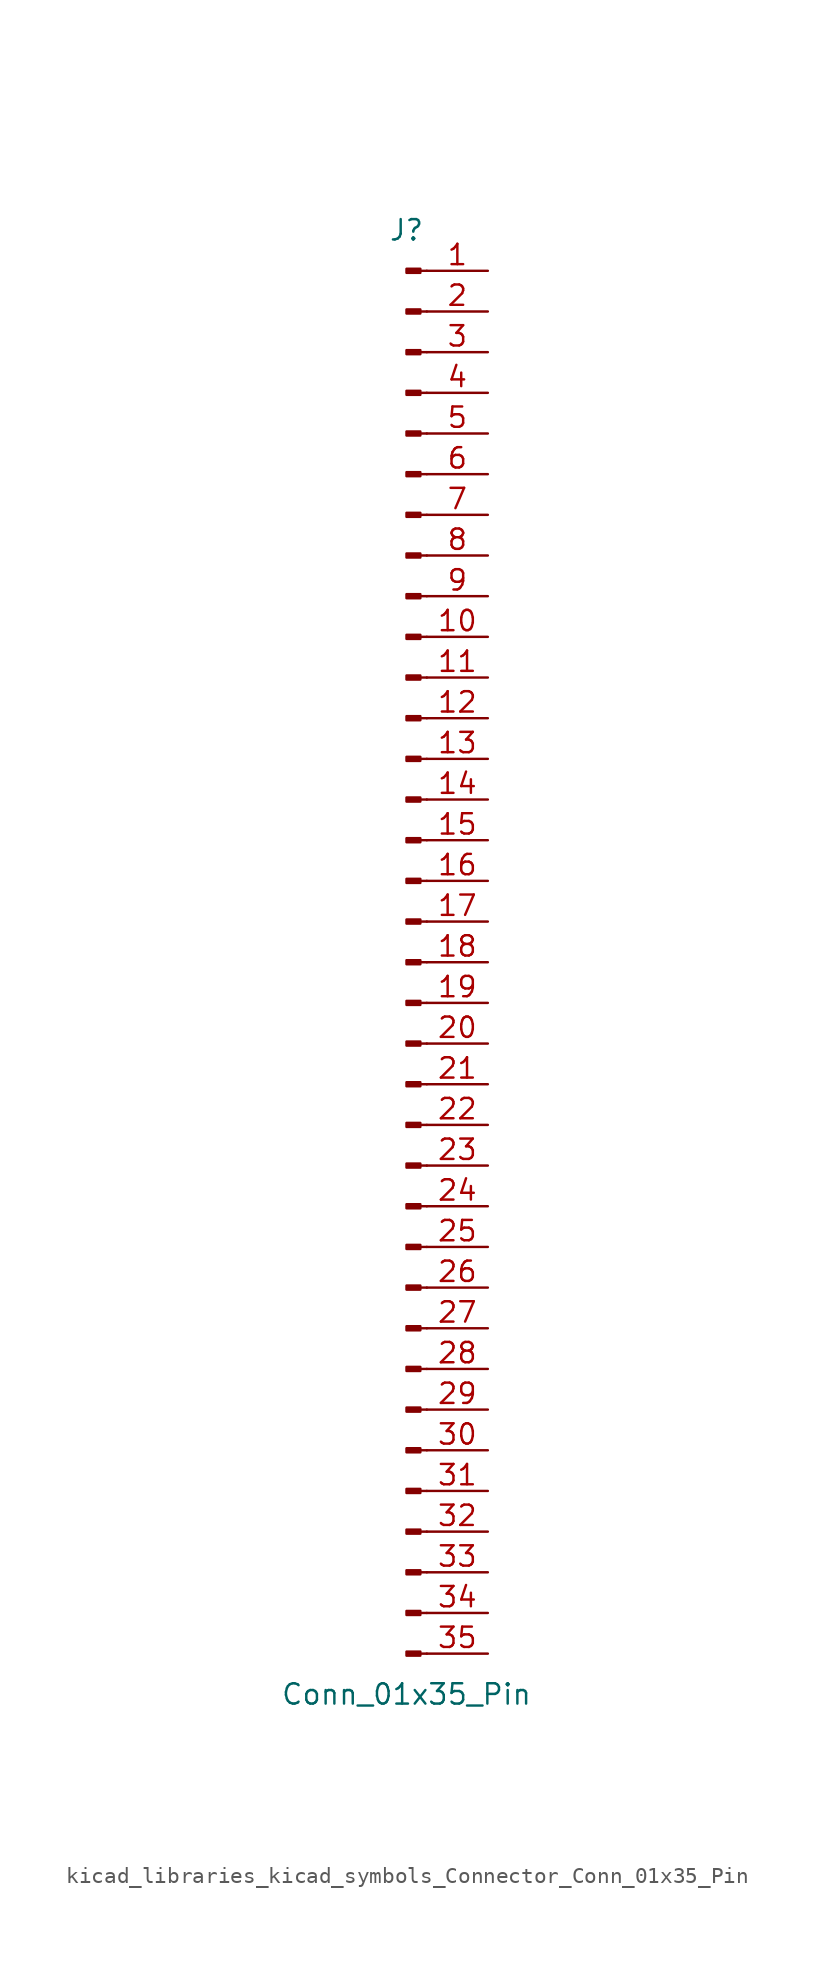
<source format=kicad_sym>
(kicad_symbol_lib
  (version 20220914)
  (generator kicad_symbol_editor)
  (symbol "kicad_libraries_kicad_symbols_Connector_Conn_01x35_Pin"
    (pin_names
      (offset 1.016) hide)
    (property "Reference" "J"
      (at 0 45.72 0)
      (effects (font (size 1.27 1.27))))
    (property "Value" "Conn_01x35_Pin"
      (at 0 -45.72 0)
      (effects (font (size 1.27 1.27))))
    (property "ki_locked" ""
      (at 0 0 0)
      (effects (font (size 1.27 1.27))))
    (symbol "kicad_libraries_kicad_symbols_Connector_Conn_01x35_Pin_1_1"
      (polyline (pts (xy 1.27 -43.18) (xy 0.864 -43.18)) (stroke (width 0.152) (type default)) (fill (type none)))
      (polyline (pts (xy 1.27 -40.64) (xy 0.864 -40.64)) (stroke (width 0.152) (type default)) (fill (type none)))
      (polyline (pts (xy 1.27 -38.1) (xy 0.864 -38.1)) (stroke (width 0.152) (type default)) (fill (type none)))
      (polyline (pts (xy 1.27 -35.56) (xy 0.864 -35.56)) (stroke (width 0.152) (type default)) (fill (type none)))
      (polyline (pts (xy 1.27 -33.02) (xy 0.864 -33.02)) (stroke (width 0.152) (type default)) (fill (type none)))
      (polyline (pts (xy 1.27 -30.48) (xy 0.864 -30.48)) (stroke (width 0.152) (type default)) (fill (type none)))
      (polyline (pts (xy 1.27 -27.94) (xy 0.864 -27.94)) (stroke (width 0.152) (type default)) (fill (type none)))
      (polyline (pts (xy 1.27 -25.4) (xy 0.864 -25.4)) (stroke (width 0.152) (type default)) (fill (type none)))
      (polyline (pts (xy 1.27 -22.86) (xy 0.864 -22.86)) (stroke (width 0.152) (type default)) (fill (type none)))
      (polyline (pts (xy 1.27 -20.32) (xy 0.864 -20.32)) (stroke (width 0.152) (type default)) (fill (type none)))
      (polyline (pts (xy 1.27 -17.78) (xy 0.864 -17.78)) (stroke (width 0.152) (type default)) (fill (type none)))
      (polyline (pts (xy 1.27 -15.24) (xy 0.864 -15.24)) (stroke (width 0.152) (type default)) (fill (type none)))
      (polyline (pts (xy 1.27 -12.7) (xy 0.864 -12.7)) (stroke (width 0.152) (type default)) (fill (type none)))
      (polyline (pts (xy 1.27 -10.16) (xy 0.864 -10.16)) (stroke (width 0.152) (type default)) (fill (type none)))
      (polyline (pts (xy 1.27 -7.62) (xy 0.864 -7.62)) (stroke (width 0.152) (type default)) (fill (type none)))
      (polyline (pts (xy 1.27 -5.08) (xy 0.864 -5.08)) (stroke (width 0.152) (type default)) (fill (type none)))
      (polyline (pts (xy 1.27 -2.54) (xy 0.864 -2.54)) (stroke (width 0.152) (type default)) (fill (type none)))
      (polyline (pts (xy 1.27 0) (xy 0.864 0)) (stroke (width 0.152) (type default)) (fill (type none)))
      (polyline (pts (xy 1.27 2.54) (xy 0.864 2.54)) (stroke (width 0.152) (type default)) (fill (type none)))
      (polyline (pts (xy 1.27 5.08) (xy 0.864 5.08)) (stroke (width 0.152) (type default)) (fill (type none)))
      (polyline (pts (xy 1.27 7.62) (xy 0.864 7.62)) (stroke (width 0.152) (type default)) (fill (type none)))
      (polyline (pts (xy 1.27 10.16) (xy 0.864 10.16)) (stroke (width 0.152) (type default)) (fill (type none)))
      (polyline (pts (xy 1.27 12.7) (xy 0.864 12.7)) (stroke (width 0.152) (type default)) (fill (type none)))
      (polyline (pts (xy 1.27 15.24) (xy 0.864 15.24)) (stroke (width 0.152) (type default)) (fill (type none)))
      (polyline (pts (xy 1.27 17.78) (xy 0.864 17.78)) (stroke (width 0.152) (type default)) (fill (type none)))
      (polyline (pts (xy 1.27 20.32) (xy 0.864 20.32)) (stroke (width 0.152) (type default)) (fill (type none)))
      (polyline (pts (xy 1.27 22.86) (xy 0.864 22.86)) (stroke (width 0.152) (type default)) (fill (type none)))
      (polyline (pts (xy 1.27 25.4) (xy 0.864 25.4)) (stroke (width 0.152) (type default)) (fill (type none)))
      (polyline (pts (xy 1.27 27.94) (xy 0.864 27.94)) (stroke (width 0.152) (type default)) (fill (type none)))
      (polyline (pts (xy 1.27 30.48) (xy 0.864 30.48)) (stroke (width 0.152) (type default)) (fill (type none)))
      (polyline (pts (xy 1.27 33.02) (xy 0.864 33.02)) (stroke (width 0.152) (type default)) (fill (type none)))
      (polyline (pts (xy 1.27 35.56) (xy 0.864 35.56)) (stroke (width 0.152) (type default)) (fill (type none)))
      (polyline (pts (xy 1.27 38.1) (xy 0.864 38.1)) (stroke (width 0.152) (type default)) (fill (type none)))
      (polyline (pts (xy 1.27 40.64) (xy 0.864 40.64)) (stroke (width 0.152) (type default)) (fill (type none)))
      (polyline (pts (xy 1.27 43.18) (xy 0.864 43.18)) (stroke (width 0.152) (type default)) (fill (type none)))
      (rectangle (start 0.864 -43.053) (end 0 -43.307) (stroke (width 0.152) (type default)) (fill (type outline)))
      (rectangle (start 0.864 -40.513) (end 0 -40.767) (stroke (width 0.152) (type default)) (fill (type outline)))
      (rectangle (start 0.864 -37.973) (end 0 -38.227) (stroke (width 0.152) (type default)) (fill (type outline)))
      (rectangle (start 0.864 -35.433) (end 0 -35.687) (stroke (width 0.152) (type default)) (fill (type outline)))
      (rectangle (start 0.864 -32.893) (end 0 -33.147) (stroke (width 0.152) (type default)) (fill (type outline)))
      (rectangle (start 0.864 -30.353) (end 0 -30.607) (stroke (width 0.152) (type default)) (fill (type outline)))
      (rectangle (start 0.864 -27.813) (end 0 -28.067) (stroke (width 0.152) (type default)) (fill (type outline)))
      (rectangle (start 0.864 -25.273) (end 0 -25.527) (stroke (width 0.152) (type default)) (fill (type outline)))
      (rectangle (start 0.864 -22.733) (end 0 -22.987) (stroke (width 0.152) (type default)) (fill (type outline)))
      (rectangle (start 0.864 -20.193) (end 0 -20.447) (stroke (width 0.152) (type default)) (fill (type outline)))
      (rectangle (start 0.864 -17.653) (end 0 -17.907) (stroke (width 0.152) (type default)) (fill (type outline)))
      (rectangle (start 0.864 -15.113) (end 0 -15.367) (stroke (width 0.152) (type default)) (fill (type outline)))
      (rectangle (start 0.864 -12.573) (end 0 -12.827) (stroke (width 0.152) (type default)) (fill (type outline)))
      (rectangle (start 0.864 -10.033) (end 0 -10.287) (stroke (width 0.152) (type default)) (fill (type outline)))
      (rectangle (start 0.864 -7.493) (end 0 -7.747) (stroke (width 0.152) (type default)) (fill (type outline)))
      (rectangle (start 0.864 -4.953) (end 0 -5.207) (stroke (width 0.152) (type default)) (fill (type outline)))
      (rectangle (start 0.864 -2.413) (end 0 -2.667) (stroke (width 0.152) (type default)) (fill (type outline)))
      (rectangle (start 0.864 0.127) (end 0 -0.127) (stroke (width 0.152) (type default)) (fill (type outline)))
      (rectangle (start 0.864 2.667) (end 0 2.413) (stroke (width 0.152) (type default)) (fill (type outline)))
      (rectangle (start 0.864 5.207) (end 0 4.953) (stroke (width 0.152) (type default)) (fill (type outline)))
      (rectangle (start 0.864 7.747) (end 0 7.493) (stroke (width 0.152) (type default)) (fill (type outline)))
      (rectangle (start 0.864 10.287) (end 0 10.033) (stroke (width 0.152) (type default)) (fill (type outline)))
      (rectangle (start 0.864 12.827) (end 0 12.573) (stroke (width 0.152) (type default)) (fill (type outline)))
      (rectangle (start 0.864 15.367) (end 0 15.113) (stroke (width 0.152) (type default)) (fill (type outline)))
      (rectangle (start 0.864 17.907) (end 0 17.653) (stroke (width 0.152) (type default)) (fill (type outline)))
      (rectangle (start 0.864 20.447) (end 0 20.193) (stroke (width 0.152) (type default)) (fill (type outline)))
      (rectangle (start 0.864 22.987) (end 0 22.733) (stroke (width 0.152) (type default)) (fill (type outline)))
      (rectangle (start 0.864 25.527) (end 0 25.273) (stroke (width 0.152) (type default)) (fill (type outline)))
      (rectangle (start 0.864 28.067) (end 0 27.813) (stroke (width 0.152) (type default)) (fill (type outline)))
      (rectangle (start 0.864 30.607) (end 0 30.353) (stroke (width 0.152) (type default)) (fill (type outline)))
      (rectangle (start 0.864 33.147) (end 0 32.893) (stroke (width 0.152) (type default)) (fill (type outline)))
      (rectangle (start 0.864 35.687) (end 0 35.433) (stroke (width 0.152) (type default)) (fill (type outline)))
      (rectangle (start 0.864 38.227) (end 0 37.973) (stroke (width 0.152) (type default)) (fill (type outline)))
      (rectangle (start 0.864 40.767) (end 0 40.513) (stroke (width 0.152) (type default)) (fill (type outline)))
      (rectangle (start 0.864 43.307) (end 0 43.053) (stroke (width 0.152) (type default)) (fill (type outline)))
      (pin passive line (at 5.08 43.18 180) (length 3.81) (name "Pin_1" (effects (font (size 1.27 1.27)))) (number "1" (effects (font (size 1.27 1.27)))))
      (pin passive line (at 5.08 20.32 180) (length 3.81) (name "Pin_10" (effects (font (size 1.27 1.27)))) (number "10" (effects (font (size 1.27 1.27)))))
      (pin passive line (at 5.08 17.78 180) (length 3.81) (name "Pin_11" (effects (font (size 1.27 1.27)))) (number "11" (effects (font (size 1.27 1.27)))))
      (pin passive line (at 5.08 15.24 180) (length 3.81) (name "Pin_12" (effects (font (size 1.27 1.27)))) (number "12" (effects (font (size 1.27 1.27)))))
      (pin passive line (at 5.08 12.7 180) (length 3.81) (name "Pin_13" (effects (font (size 1.27 1.27)))) (number "13" (effects (font (size 1.27 1.27)))))
      (pin passive line (at 5.08 10.16 180) (length 3.81) (name "Pin_14" (effects (font (size 1.27 1.27)))) (number "14" (effects (font (size 1.27 1.27)))))
      (pin passive line (at 5.08 7.62 180) (length 3.81) (name "Pin_15" (effects (font (size 1.27 1.27)))) (number "15" (effects (font (size 1.27 1.27)))))
      (pin passive line (at 5.08 5.08 180) (length 3.81) (name "Pin_16" (effects (font (size 1.27 1.27)))) (number "16" (effects (font (size 1.27 1.27)))))
      (pin passive line (at 5.08 2.54 180) (length 3.81) (name "Pin_17" (effects (font (size 1.27 1.27)))) (number "17" (effects (font (size 1.27 1.27)))))
      (pin passive line (at 5.08 0 180) (length 3.81) (name "Pin_18" (effects (font (size 1.27 1.27)))) (number "18" (effects (font (size 1.27 1.27)))))
      (pin passive line (at 5.08 -2.54 180) (length 3.81) (name "Pin_19" (effects (font (size 1.27 1.27)))) (number "19" (effects (font (size 1.27 1.27)))))
      (pin passive line (at 5.08 40.64 180) (length 3.81) (name "Pin_2" (effects (font (size 1.27 1.27)))) (number "2" (effects (font (size 1.27 1.27)))))
      (pin passive line (at 5.08 -5.08 180) (length 3.81) (name "Pin_20" (effects (font (size 1.27 1.27)))) (number "20" (effects (font (size 1.27 1.27)))))
      (pin passive line (at 5.08 -7.62 180) (length 3.81) (name "Pin_21" (effects (font (size 1.27 1.27)))) (number "21" (effects (font (size 1.27 1.27)))))
      (pin passive line (at 5.08 -10.16 180) (length 3.81) (name "Pin_22" (effects (font (size 1.27 1.27)))) (number "22" (effects (font (size 1.27 1.27)))))
      (pin passive line (at 5.08 -12.7 180) (length 3.81) (name "Pin_23" (effects (font (size 1.27 1.27)))) (number "23" (effects (font (size 1.27 1.27)))))
      (pin passive line (at 5.08 -15.24 180) (length 3.81) (name "Pin_24" (effects (font (size 1.27 1.27)))) (number "24" (effects (font (size 1.27 1.27)))))
      (pin passive line (at 5.08 -17.78 180) (length 3.81) (name "Pin_25" (effects (font (size 1.27 1.27)))) (number "25" (effects (font (size 1.27 1.27)))))
      (pin passive line (at 5.08 -20.32 180) (length 3.81) (name "Pin_26" (effects (font (size 1.27 1.27)))) (number "26" (effects (font (size 1.27 1.27)))))
      (pin passive line (at 5.08 -22.86 180) (length 3.81) (name "Pin_27" (effects (font (size 1.27 1.27)))) (number "27" (effects (font (size 1.27 1.27)))))
      (pin passive line (at 5.08 -25.4 180) (length 3.81) (name "Pin_28" (effects (font (size 1.27 1.27)))) (number "28" (effects (font (size 1.27 1.27)))))
      (pin passive line (at 5.08 -27.94 180) (length 3.81) (name "Pin_29" (effects (font (size 1.27 1.27)))) (number "29" (effects (font (size 1.27 1.27)))))
      (pin passive line (at 5.08 38.1 180) (length 3.81) (name "Pin_3" (effects (font (size 1.27 1.27)))) (number "3" (effects (font (size 1.27 1.27)))))
      (pin passive line (at 5.08 -30.48 180) (length 3.81) (name "Pin_30" (effects (font (size 1.27 1.27)))) (number "30" (effects (font (size 1.27 1.27)))))
      (pin passive line (at 5.08 -33.02 180) (length 3.81) (name "Pin_31" (effects (font (size 1.27 1.27)))) (number "31" (effects (font (size 1.27 1.27)))))
      (pin passive line (at 5.08 -35.56 180) (length 3.81) (name "Pin_32" (effects (font (size 1.27 1.27)))) (number "32" (effects (font (size 1.27 1.27)))))
      (pin passive line (at 5.08 -38.1 180) (length 3.81) (name "Pin_33" (effects (font (size 1.27 1.27)))) (number "33" (effects (font (size 1.27 1.27)))))
      (pin passive line (at 5.08 -40.64 180) (length 3.81) (name "Pin_34" (effects (font (size 1.27 1.27)))) (number "34" (effects (font (size 1.27 1.27)))))
      (pin passive line (at 5.08 -43.18 180) (length 3.81) (name "Pin_35" (effects (font (size 1.27 1.27)))) (number "35" (effects (font (size 1.27 1.27)))))
      (pin passive line (at 5.08 35.56 180) (length 3.81) (name "Pin_4" (effects (font (size 1.27 1.27)))) (number "4" (effects (font (size 1.27 1.27)))))
      (pin passive line (at 5.08 33.02 180) (length 3.81) (name "Pin_5" (effects (font (size 1.27 1.27)))) (number "5" (effects (font (size 1.27 1.27)))))
      (pin passive line (at 5.08 30.48 180) (length 3.81) (name "Pin_6" (effects (font (size 1.27 1.27)))) (number "6" (effects (font (size 1.27 1.27)))))
      (pin passive line (at 5.08 27.94 180) (length 3.81) (name "Pin_7" (effects (font (size 1.27 1.27)))) (number "7" (effects (font (size 1.27 1.27)))))
      (pin passive line (at 5.08 25.4 180) (length 3.81) (name "Pin_8" (effects (font (size 1.27 1.27)))) (number "8" (effects (font (size 1.27 1.27)))))
      (pin passive line (at 5.08 22.86 180) (length 3.81) (name "Pin_9" (effects (font (size 1.27 1.27)))) (number "9" (effects (font (size 1.27 1.27))))))))
</source>
